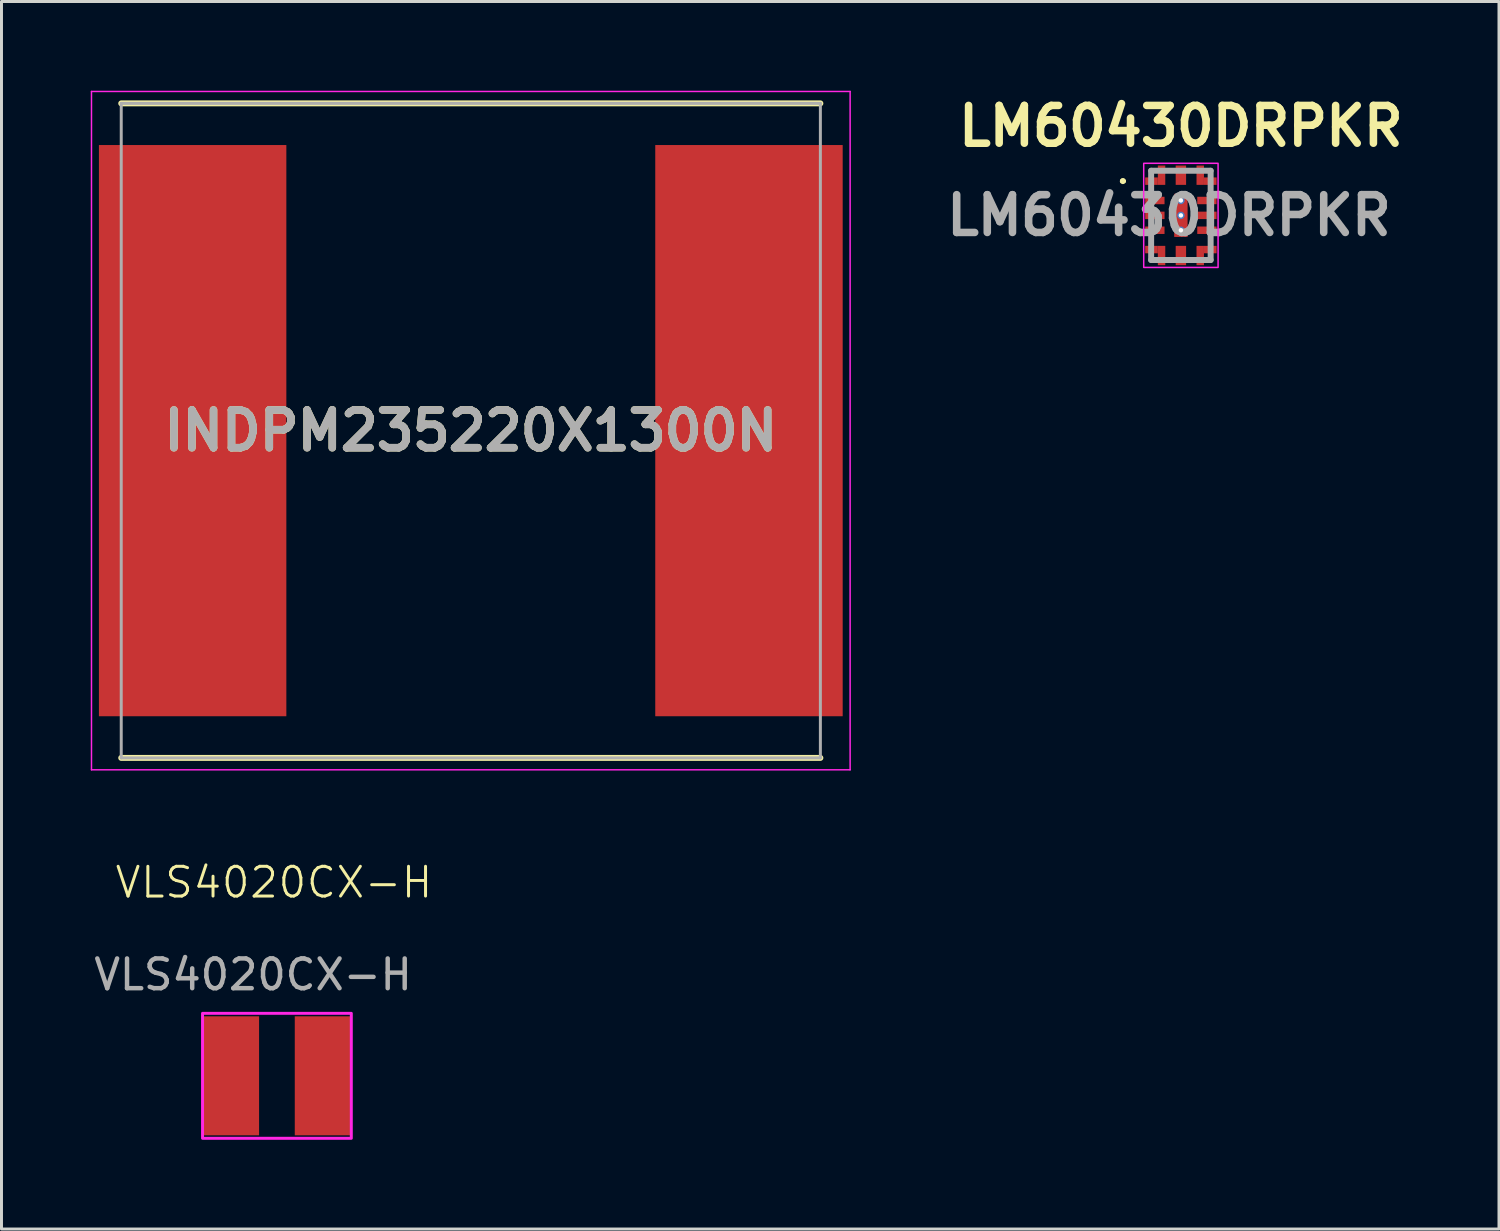
<source format=kicad_pcb>
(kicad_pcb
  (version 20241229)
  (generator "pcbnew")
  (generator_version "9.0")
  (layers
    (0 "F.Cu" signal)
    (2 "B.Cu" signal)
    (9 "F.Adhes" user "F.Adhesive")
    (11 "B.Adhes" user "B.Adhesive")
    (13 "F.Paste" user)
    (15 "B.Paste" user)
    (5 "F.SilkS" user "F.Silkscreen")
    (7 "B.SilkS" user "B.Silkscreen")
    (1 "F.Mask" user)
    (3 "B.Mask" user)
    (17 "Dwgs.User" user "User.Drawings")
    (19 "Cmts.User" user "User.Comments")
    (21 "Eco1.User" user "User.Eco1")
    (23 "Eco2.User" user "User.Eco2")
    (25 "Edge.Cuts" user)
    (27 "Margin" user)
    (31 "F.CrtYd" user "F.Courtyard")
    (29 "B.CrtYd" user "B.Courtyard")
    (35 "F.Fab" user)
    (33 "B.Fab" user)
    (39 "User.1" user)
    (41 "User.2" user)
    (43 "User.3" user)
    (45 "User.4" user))
  (footprint "INDPM235220X1300N"
    (layer "F.Cu")
    (at 12.775 11.425)
    (property "Reference" "INDPM235220X1300N" (at 0 0 0) (layer "F.SilkS") (effects (font (size 1.27 1.27) (thickness 0.254))))
    (attr smd)
    (fp_line (start -11.75 11) (end 11.75 11) (stroke (width 0.2) (type solid)) (layer "F.SilkS"))
    (fp_line (start 11.75 -11) (end -11.75 -11) (stroke (width 0.2) (type solid)) (layer "F.SilkS"))
    (fp_line (start -12.75 -11.4) (end 12.75 -11.4) (stroke (width 0.05) (type solid)) (layer "F.CrtYd"))
    (fp_line (start -12.75 11.4) (end -12.75 -11.4) (stroke (width 0.05) (type solid)) (layer "F.CrtYd"))
    (fp_line (start 12.75 -11.4) (end 12.75 11.4) (stroke (width 0.05) (type solid)) (layer "F.CrtYd"))
    (fp_line (start 12.75 11.4) (end -12.75 11.4) (stroke (width 0.05) (type solid)) (layer "F.CrtYd"))
    (fp_line (start -11.75 -11) (end 11.75 -11) (stroke (width 0.1) (type solid)) (layer "F.Fab"))
    (fp_line (start -11.75 11) (end -11.75 -11) (stroke (width 0.1) (type solid)) (layer "F.Fab"))
    (fp_line (start 11.75 -11) (end 11.75 11) (stroke (width 0.1) (type solid)) (layer "F.Fab"))
    (fp_line (start 11.75 11) (end -11.75 11) (stroke (width 0.1) (type solid)) (layer "F.Fab"))
    (fp_text user "${REFERENCE}" (at 0 0 0) (layer "F.Fab") (effects (font (size 1.27 1.27) (thickness 0.254))))
    (pad "1" smd rect (at -9.35 0) (size 6.3 19.2) (layers "F.Cu" "F.Mask" "F.Paste"))
    (pad "2" smd rect (at 9.35 0) (size 6.3 19.2) (layers "F.Cu" "F.Mask" "F.Paste")))
  (footprint "VLS4020CX-H"
    (layer "F.Cu")
    (at 4.258 31.011)
    (property "Reference" "VLS4020CX-H" (at 1.9 -4.4 0) (unlocked yes) (layer "F.SilkS") (effects (font (size 1 1) (thickness 0.1))))
    (attr smd)
    (fp_rect (start -0.5 0) (end 4.5 4.2) (stroke (width 0.1) (type default)) (fill no) (layer "F.CrtYd"))
    (fp_text user "${REFERENCE}" (at 1.2 -1.3 0) (unlocked yes) (layer "F.Fab") (effects (font (size 1 1) (thickness 0.15))))
    (pad "1" smd rect (at 0.45 2.1) (size 1.9 4) (layers "F.Cu" "F.Mask" "F.Paste"))
    (pad "2" smd rect (at 3.55 2.1) (size 1.9 4) (layers "F.Cu" "F.Mask" "F.Paste")))
  (footprint "LM60430DRPKR"
    (layer "F.Cu")
    (at 36.643 4.189)
    (property "Reference" "LM60430DRPKR" (at 0 -3 0) (layer "F.SilkS") (effects (font (size 1.27 1.27) (thickness 0.254))))
    (attr smd)
    (fp_line (start -2 -1.15) (end -2 -1.15) (stroke (width 0.1) (type solid)) (layer "F.SilkS"))
    (fp_line (start -1.9 -1.15) (end -1.9 -1.15) (stroke (width 0.1) (type solid)) (layer "F.SilkS"))
    (fp_line (start -1.9 -1.15) (end -1.9 -1.15) (stroke (width 0.1) (type solid)) (layer "F.SilkS"))
    (fp_arc (start -2 -1.15) (mid -1.95 -1.2) (end -1.9 -1.15) (stroke (width 0.1) (type solid)) (layer "F.SilkS"))
    (fp_arc (start -2 -1.15) (mid -1.95 -1.2) (end -1.9 -1.15) (stroke (width 0.1) (type solid)) (layer "F.SilkS"))
    (fp_arc (start -1.9 -1.15) (mid -1.95 -1.1) (end -2 -1.15) (stroke (width 0.1) (type solid)) (layer "F.SilkS"))
    (fp_rect (start -1.25 -1.75) (end 1.25 1.75) (stroke (width 0.05) (type solid)) (fill no) (layer "F.CrtYd"))
    (fp_line (start -1 -1.5) (end -1 1.5) (stroke (width 0.2) (type solid)) (layer "F.Fab"))
    (fp_line (start -1 1.5) (end 1 1.5) (stroke (width 0.2) (type solid)) (layer "F.Fab"))
    (fp_line (start 1 -1.5) (end -1 -1.5) (stroke (width 0.2) (type solid)) (layer "F.Fab"))
    (fp_line (start 1 1.5) (end 1 -1.5) (stroke (width 0.2) (type solid)) (layer "F.Fab"))
    (fp_text user "${REFERENCE}" (at -0.4 0 0) (layer "F.Fab") (effects (font (size 1.27 1.27) (thickness 0.254))))
    (pad "1" smd rect (at -0.988 -1.15 90) (size 0.25 0.425) (layers "F.Cu" "F.Mask" "F.Paste"))
    (pad "1" smd rect (at -0.65 -1.35) (size 0.25 0.65) (layers "F.Cu" "F.Mask" "F.Paste"))
    (pad "2" smd rect (at -0.875 -0.5 90) (size 0.25 0.65) (layers "F.Cu" "F.Mask" "F.Paste"))
    (pad "3" smd rect (at -0.875 0 90) (size 0.25 0.65) (layers "F.Cu" "F.Mask" "F.Paste"))
    (pad "4" smd rect (at -0.875 0.5 90) (size 0.25 0.65) (layers "F.Cu" "F.Mask" "F.Paste"))
    (pad "5" smd rect (at -0.988 1.15 90) (size 0.25 0.425) (layers "F.Cu" "F.Mask" "F.Paste"))
    (pad "5" smd rect (at -0.65 1.35) (size 0.25 0.65) (layers "F.Cu" "F.Mask" "F.Paste"))
    (pad "6" smd rect (at 0 1.35) (size 0.35 0.65) (layers "F.Cu" "F.Mask" "F.Paste"))
    (pad "7" smd rect (at 0.65 1.35) (size 0.25 0.65) (layers "F.Cu" "F.Mask" "F.Paste"))
    (pad "7" smd rect (at 0.988 1.15 90) (size 0.25 0.425) (layers "F.Cu" "F.Mask" "F.Paste"))
    (pad "8" smd rect (at 0.875 0.5 90) (size 0.25 0.65) (layers "F.Cu" "F.Mask" "F.Paste"))
    (pad "9" smd rect (at 0.875 0 90) (size 0.25 0.65) (layers "F.Cu" "F.Mask" "F.Paste"))
    (pad "10" smd rect (at 0.875 -0.5 90) (size 0.25 0.65) (layers "F.Cu" "F.Mask" "F.Paste"))
    (pad "11" smd rect (at 0.65 -1.35) (size 0.25 0.65) (layers "F.Cu" "F.Mask" "F.Paste"))
    (pad "11" smd rect (at 0.988 -1.15 90) (size 0.25 0.425) (layers "F.Cu" "F.Mask" "F.Paste"))
    (pad "12" smd rect (at 0 -1.35) (size 0.35 0.65) (layers "F.Cu" "F.Mask" "F.Paste"))
    (pad "13" thru_hole circle (at 0 -0.5) (size 0.25 0.25) (drill 0.15) (layers "*.Cu" "*.Mask"))
    (pad "13" thru_hole circle (at 0 0) (size 0.25 0.25) (drill 0.15) (layers "*.Cu" "*.Mask"))
    (pad "13" smd rect (at 0 0) (size 0.45 1.45) (layers "F.Cu" "F.Mask" "F.Paste"))
    (pad "13" thru_hole circle (at 0 0.5) (size 0.25 0.25) (drill 0.15) (layers "*.Cu" "*.Mask")))
  (gr_rect
    (start -3 -3)
    (end 47.335 38.261)
    (stroke (width 0.1) (type default))
    (fill no)
    (layer "Edge.Cuts")))
</source>
